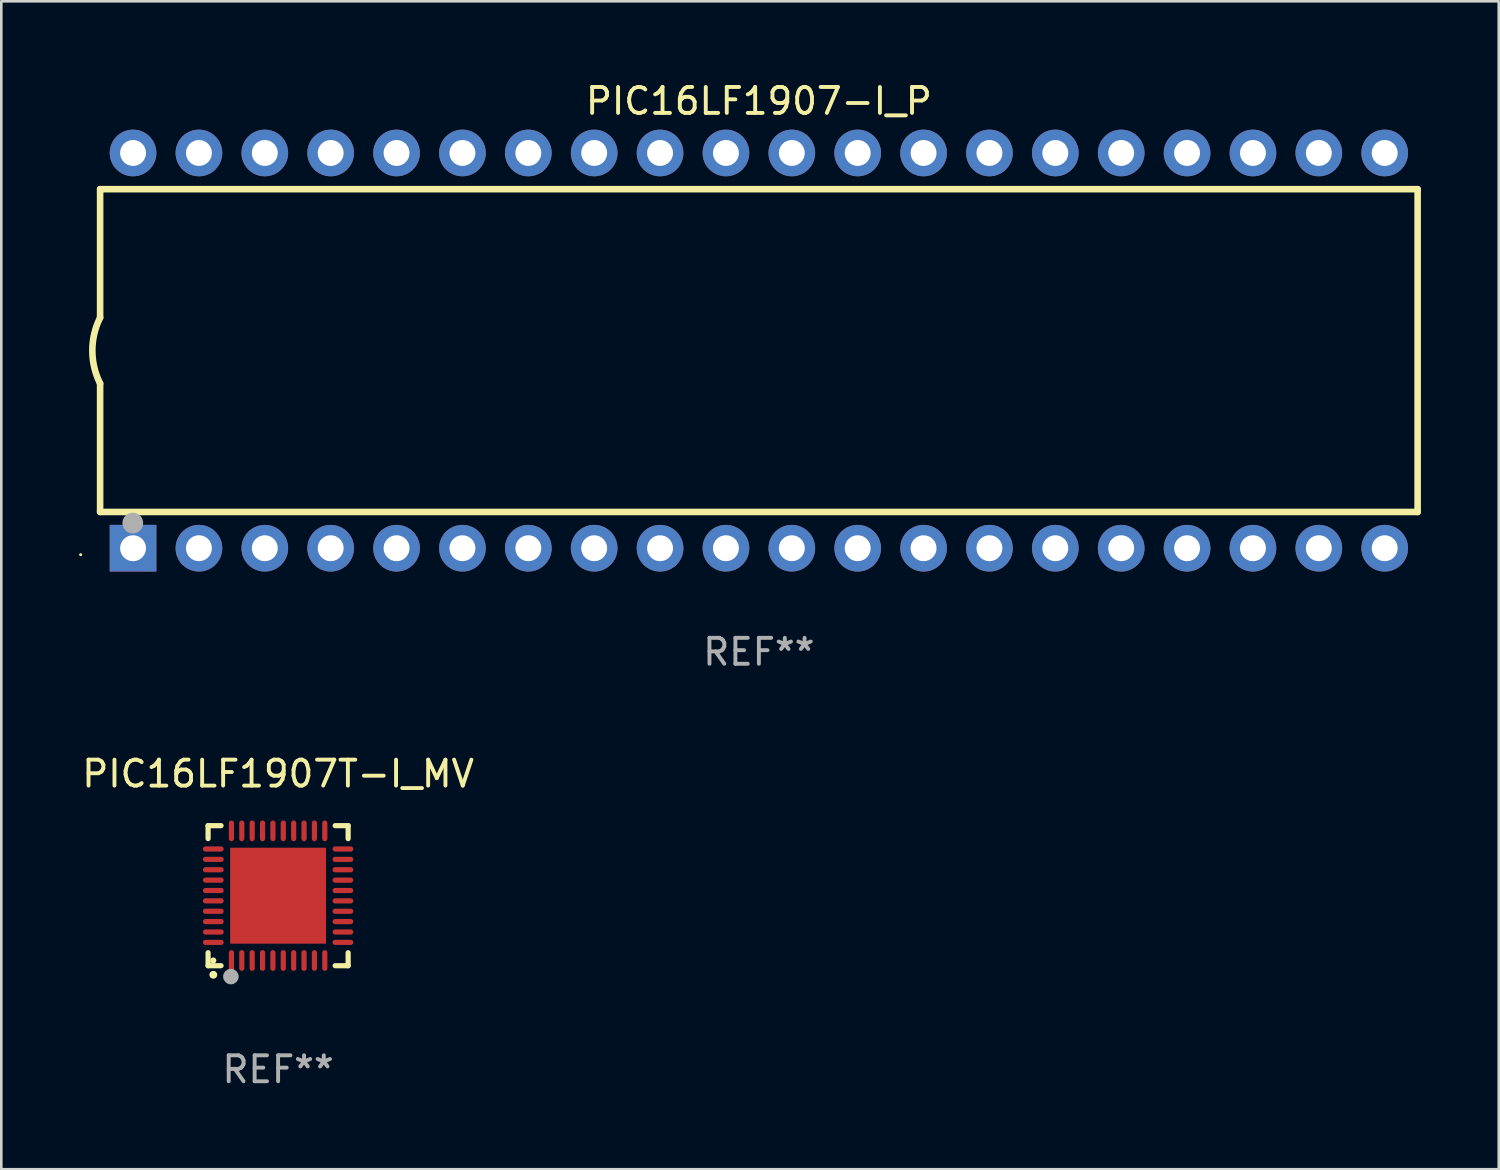
<source format=kicad_pcb>
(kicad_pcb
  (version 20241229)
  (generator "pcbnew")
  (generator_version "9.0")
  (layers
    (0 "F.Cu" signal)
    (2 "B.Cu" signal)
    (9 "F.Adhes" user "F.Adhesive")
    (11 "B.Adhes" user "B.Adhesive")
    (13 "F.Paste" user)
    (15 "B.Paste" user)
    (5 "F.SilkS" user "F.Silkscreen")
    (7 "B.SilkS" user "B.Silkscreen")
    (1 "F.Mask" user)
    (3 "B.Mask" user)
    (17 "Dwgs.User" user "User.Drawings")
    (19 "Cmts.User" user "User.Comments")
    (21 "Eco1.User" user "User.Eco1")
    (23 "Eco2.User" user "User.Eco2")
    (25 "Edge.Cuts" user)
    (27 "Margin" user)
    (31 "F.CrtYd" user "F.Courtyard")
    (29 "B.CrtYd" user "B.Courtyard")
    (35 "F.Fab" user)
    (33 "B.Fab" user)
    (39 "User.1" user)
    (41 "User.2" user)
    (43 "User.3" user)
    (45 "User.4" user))
  (footprint "PIC16LF1907T-I_MV"
    (layer "F.Cu")
    (at 7.673 31.485)
    (property "Reference" "PIC16LF1907T-I_MV" (at 0 -4.7 0) (layer "F.SilkS") (effects (font (size 1 1) (thickness 0.15))))
    (attr through_hole)
    (fp_line (start -2.7 -2.7) (end -2.7 -2.2) (stroke (width 0.2) (type solid)) (layer "F.SilkS"))
    (fp_line (start -2.7 2.7) (end -2.7 2.2) (stroke (width 0.2) (type solid)) (layer "F.SilkS"))
    (fp_line (start -2.2 -2.7) (end -2.7 -2.7) (stroke (width 0.2) (type solid)) (layer "F.SilkS"))
    (fp_line (start -2.2 2.7) (end -2.7 2.7) (stroke (width 0.2) (type solid)) (layer "F.SilkS"))
    (fp_line (start 2.7 -2.7) (end 2.2 -2.7) (stroke (width 0.2) (type solid)) (layer "F.SilkS"))
    (fp_line (start 2.7 -2.2) (end 2.7 -2.7) (stroke (width 0.2) (type solid)) (layer "F.SilkS"))
    (fp_line (start 2.7 2.2) (end 2.7 2.7) (stroke (width 0.2) (type solid)) (layer "F.SilkS"))
    (fp_line (start 2.7 2.7) (end 2.2 2.7) (stroke (width 0.2) (type solid)) (layer "F.SilkS"))
    (fp_arc (start -2.499365 3.050546) (mid -2.498095 3.050541) (end -2.496825 3.050546) (stroke (width 0.3) (type solid)) (layer "F.SilkS"))
    (fp_circle (center -2.5 2.5) (end -2.44 2.5) (stroke (width 0.12) (type solid)) (fill no) (layer "F.SilkS"))
    (fp_circle (center -1.82 3.12) (end -1.67 3.12) (stroke (width 0.3) (type solid)) (fill no) (layer "F.Fab"))
    (fp_text user "REF**" (at 0 6.7 0) (layer "F.Fab") (effects (font (size 1 1) (thickness 0.15))))
    (pad "1" smd oval (at -1.8 2.499) (size 0.2 0.8) (layers "F.Cu" "F.Mask" "F.Paste"))
    (pad "2" smd oval (at -1.4 2.499) (size 0.2 0.8) (layers "F.Cu" "F.Mask" "F.Paste"))
    (pad "3" smd oval (at -1 2.499) (size 0.2 0.8) (layers "F.Cu" "F.Mask" "F.Paste"))
    (pad "4" smd oval (at -0.6 2.499) (size 0.2 0.8) (layers "F.Cu" "F.Mask" "F.Paste"))
    (pad "5" smd oval (at -0.2 2.499) (size 0.2 0.8) (layers "F.Cu" "F.Mask" "F.Paste"))
    (pad "6" smd oval (at 0.2 2.499) (size 0.2 0.8) (layers "F.Cu" "F.Mask" "F.Paste"))
    (pad "7" smd oval (at 0.6 2.499) (size 0.2 0.8) (layers "F.Cu" "F.Mask" "F.Paste"))
    (pad "8" smd oval (at 1 2.499) (size 0.2 0.8) (layers "F.Cu" "F.Mask" "F.Paste"))
    (pad "9" smd oval (at 1.4 2.499) (size 0.2 0.8) (layers "F.Cu" "F.Mask" "F.Paste"))
    (pad "10" smd oval (at 1.8 2.499) (size 0.2 0.8) (layers "F.Cu" "F.Mask" "F.Paste"))
    (pad "11" smd oval (at 2.499 1.8) (size 0.8 0.2) (layers "F.Cu" "F.Mask" "F.Paste"))
    (pad "12" smd oval (at 2.499 1.4) (size 0.8 0.2) (layers "F.Cu" "F.Mask" "F.Paste"))
    (pad "13" smd oval (at 2.499 1) (size 0.8 0.2) (layers "F.Cu" "F.Mask" "F.Paste"))
    (pad "14" smd oval (at 2.499 0.6) (size 0.8 0.2) (layers "F.Cu" "F.Mask" "F.Paste"))
    (pad "15" smd oval (at 2.499 0.2) (size 0.8 0.2) (layers "F.Cu" "F.Mask" "F.Paste"))
    (pad "16" smd oval (at 2.499 -0.2) (size 0.8 0.2) (layers "F.Cu" "F.Mask" "F.Paste"))
    (pad "17" smd oval (at 2.499 -0.6) (size 0.8 0.2) (layers "F.Cu" "F.Mask" "F.Paste"))
    (pad "18" smd oval (at 2.499 -1) (size 0.8 0.2) (layers "F.Cu" "F.Mask" "F.Paste"))
    (pad "19" smd oval (at 2.499 -1.4) (size 0.8 0.2) (layers "F.Cu" "F.Mask" "F.Paste"))
    (pad "20" smd oval (at 2.499 -1.8) (size 0.8 0.2) (layers "F.Cu" "F.Mask" "F.Paste"))
    (pad "21" smd oval (at 1.8 -2.499) (size 0.2 0.8) (layers "F.Cu" "F.Mask" "F.Paste"))
    (pad "22" smd oval (at 1.4 -2.499) (size 0.2 0.8) (layers "F.Cu" "F.Mask" "F.Paste"))
    (pad "23" smd oval (at 1 -2.499) (size 0.2 0.8) (layers "F.Cu" "F.Mask" "F.Paste"))
    (pad "24" smd oval (at 0.6 -2.499) (size 0.2 0.8) (layers "F.Cu" "F.Mask" "F.Paste"))
    (pad "25" smd oval (at 0.2 -2.499) (size 0.2 0.8) (layers "F.Cu" "F.Mask" "F.Paste"))
    (pad "26" smd oval (at -0.2 -2.499) (size 0.2 0.8) (layers "F.Cu" "F.Mask" "F.Paste"))
    (pad "27" smd oval (at -0.6 -2.499) (size 0.2 0.8) (layers "F.Cu" "F.Mask" "F.Paste"))
    (pad "28" smd oval (at -1 -2.499) (size 0.2 0.8) (layers "F.Cu" "F.Mask" "F.Paste"))
    (pad "29" smd oval (at -1.4 -2.499) (size 0.2 0.8) (layers "F.Cu" "F.Mask" "F.Paste"))
    (pad "30" smd oval (at -1.8 -2.499) (size 0.2 0.8) (layers "F.Cu" "F.Mask" "F.Paste"))
    (pad "31" smd oval (at -2.499 -1.8) (size 0.8 0.2) (layers "F.Cu" "F.Mask" "F.Paste"))
    (pad "32" smd oval (at -2.499 -1.4) (size 0.8 0.2) (layers "F.Cu" "F.Mask" "F.Paste"))
    (pad "33" smd oval (at -2.499 -1) (size 0.8 0.2) (layers "F.Cu" "F.Mask" "F.Paste"))
    (pad "34" smd oval (at -2.499 -0.6) (size 0.8 0.2) (layers "F.Cu" "F.Mask" "F.Paste"))
    (pad "35" smd oval (at -2.499 -0.2) (size 0.8 0.2) (layers "F.Cu" "F.Mask" "F.Paste"))
    (pad "36" smd oval (at -2.499 0.2) (size 0.8 0.2) (layers "F.Cu" "F.Mask" "F.Paste"))
    (pad "37" smd oval (at -2.499 0.6) (size 0.8 0.2) (layers "F.Cu" "F.Mask" "F.Paste"))
    (pad "38" smd oval (at -2.499 1) (size 0.8 0.2) (layers "F.Cu" "F.Mask" "F.Paste"))
    (pad "39" smd oval (at -2.499 1.4) (size 0.8 0.2) (layers "F.Cu" "F.Mask" "F.Paste"))
    (pad "40" smd oval (at -2.499 1.8) (size 0.8 0.2) (layers "F.Cu" "F.Mask" "F.Paste"))
    (pad "41" smd rect (at 0 0) (size 3.7 3.7) (layers "F.Cu" "F.Mask" "F.Paste")))
  (footprint "PIC16LF1907-I_P"
    (layer "F.Cu")
    (at 26.21 10.468)
    (property "Reference" "PIC16LF1907-I_P" (at 0 -9.62 0) (layer "F.SilkS") (effects (font (size 1 1) (thickness 0.15))))
    (attr through_hole)
    (fp_line (start -25.4 -6.224) (end -25.4 -1.271) (stroke (width 0.254) (type solid)) (layer "F.SilkS"))
    (fp_line (start -25.4 -6.224) (end 25.4 -6.224) (stroke (width 0.254) (type solid)) (layer "F.SilkS"))
    (fp_line (start -25.4 1.269) (end -25.4 6.222) (stroke (width 0.254) (type solid)) (layer "F.SilkS"))
    (fp_line (start -25.4 6.222) (end 25.4 6.222) (stroke (width 0.254) (type solid)) (layer "F.SilkS"))
    (fp_line (start 25.4 6.222) (end 25.4 -6.224) (stroke (width 0.254) (type solid)) (layer "F.SilkS"))
    (fp_arc (start -25.4 1.269241) (mid -25.699807 -0.000762) (end -25.4 -1.270765) (stroke (width 0.254001) (type solid)) (layer "F.SilkS"))
    (fp_circle (center -26.15 7.87) (end -26.12 7.87) (stroke (width 0.06) (type solid)) (fill no) (layer "F.SilkS"))
    (fp_circle (center -24.14 6.65) (end -23.94 6.65) (stroke (width 0.4) (type solid)) (fill no) (layer "F.Fab"))
    (fp_text user "REF**" (at 0 11.62 0) (layer "F.Fab") (effects (font (size 1 1) (thickness 0.15))))
    (pad "1" thru_hole rect (at -24.13 7.62 90) (size 1.8 1.8) (drill 1) (layers "*.Cu" "*.Mask"))
    (pad "2" thru_hole circle (at -21.59 7.62) (size 1.8 1.8) (drill 1) (layers "*.Cu" "*.Mask"))
    (pad "3" thru_hole circle (at -19.05 7.62) (size 1.8 1.8) (drill 1) (layers "*.Cu" "*.Mask"))
    (pad "4" thru_hole circle (at -16.51 7.62) (size 1.8 1.8) (drill 1) (layers "*.Cu" "*.Mask"))
    (pad "5" thru_hole circle (at -13.97 7.62) (size 1.8 1.8) (drill 1) (layers "*.Cu" "*.Mask"))
    (pad "6" thru_hole circle (at -11.43 7.62) (size 1.8 1.8) (drill 1) (layers "*.Cu" "*.Mask"))
    (pad "7" thru_hole circle (at -8.89 7.62) (size 1.8 1.8) (drill 1) (layers "*.Cu" "*.Mask"))
    (pad "8" thru_hole circle (at -6.35 7.62) (size 1.8 1.8) (drill 1) (layers "*.Cu" "*.Mask"))
    (pad "9" thru_hole circle (at -3.81 7.62) (size 1.8 1.8) (drill 1) (layers "*.Cu" "*.Mask"))
    (pad "10" thru_hole circle (at -1.27 7.62) (size 1.8 1.8) (drill 1) (layers "*.Cu" "*.Mask"))
    (pad "11" thru_hole circle (at 1.27 7.62) (size 1.8 1.8) (drill 1) (layers "*.Cu" "*.Mask"))
    (pad "12" thru_hole circle (at 3.81 7.62) (size 1.8 1.8) (drill 1) (layers "*.Cu" "*.Mask"))
    (pad "13" thru_hole circle (at 6.35 7.62) (size 1.8 1.8) (drill 1) (layers "*.Cu" "*.Mask"))
    (pad "14" thru_hole circle (at 8.89 7.62) (size 1.8 1.8) (drill 1) (layers "*.Cu" "*.Mask"))
    (pad "15" thru_hole circle (at 11.43 7.62) (size 1.8 1.8) (drill 1) (layers "*.Cu" "*.Mask"))
    (pad "16" thru_hole circle (at 13.97 7.62) (size 1.8 1.8) (drill 1) (layers "*.Cu" "*.Mask"))
    (pad "17" thru_hole circle (at 16.51 7.62) (size 1.8 1.8) (drill 1) (layers "*.Cu" "*.Mask"))
    (pad "18" thru_hole circle (at 19.05 7.62) (size 1.8 1.8) (drill 1) (layers "*.Cu" "*.Mask"))
    (pad "19" thru_hole circle (at 21.59 7.62) (size 1.8 1.8) (drill 1) (layers "*.Cu" "*.Mask"))
    (pad "20" thru_hole circle (at 24.13 7.62) (size 1.8 1.8) (drill 1) (layers "*.Cu" "*.Mask"))
    (pad "21" thru_hole circle (at 24.13 -7.62) (size 1.8 1.8) (drill 1) (layers "*.Cu" "*.Mask"))
    (pad "22" thru_hole circle (at 21.59 -7.62) (size 1.8 1.8) (drill 1) (layers "*.Cu" "*.Mask"))
    (pad "23" thru_hole circle (at 19.05 -7.62) (size 1.8 1.8) (drill 1) (layers "*.Cu" "*.Mask"))
    (pad "24" thru_hole circle (at 16.51 -7.62) (size 1.8 1.8) (drill 1) (layers "*.Cu" "*.Mask"))
    (pad "25" thru_hole circle (at 13.97 -7.62) (size 1.8 1.8) (drill 1) (layers "*.Cu" "*.Mask"))
    (pad "26" thru_hole circle (at 11.43 -7.62) (size 1.8 1.8) (drill 1) (layers "*.Cu" "*.Mask"))
    (pad "27" thru_hole circle (at 8.89 -7.62) (size 1.8 1.8) (drill 1) (layers "*.Cu" "*.Mask"))
    (pad "28" thru_hole circle (at 6.35 -7.62) (size 1.8 1.8) (drill 1) (layers "*.Cu" "*.Mask"))
    (pad "29" thru_hole circle (at 3.81 -7.62) (size 1.8 1.8) (drill 1) (layers "*.Cu" "*.Mask"))
    (pad "30" thru_hole circle (at 1.27 -7.62) (size 1.8 1.8) (drill 1) (layers "*.Cu" "*.Mask"))
    (pad "31" thru_hole circle (at -1.27 -7.62) (size 1.8 1.8) (drill 1) (layers "*.Cu" "*.Mask"))
    (pad "32" thru_hole circle (at -3.81 -7.62) (size 1.8 1.8) (drill 1) (layers "*.Cu" "*.Mask"))
    (pad "33" thru_hole circle (at -6.35 -7.62) (size 1.8 1.8) (drill 1) (layers "*.Cu" "*.Mask"))
    (pad "34" thru_hole circle (at -8.89 -7.62) (size 1.8 1.8) (drill 1) (layers "*.Cu" "*.Mask"))
    (pad "35" thru_hole circle (at -11.43 -7.62) (size 1.8 1.8) (drill 1) (layers "*.Cu" "*.Mask"))
    (pad "36" thru_hole circle (at -13.97 -7.62) (size 1.8 1.8) (drill 1) (layers "*.Cu" "*.Mask"))
    (pad "37" thru_hole circle (at -16.51 -7.62) (size 1.8 1.8) (drill 1) (layers "*.Cu" "*.Mask"))
    (pad "38" thru_hole circle (at -19.05 -7.62) (size 1.8 1.8) (drill 1) (layers "*.Cu" "*.Mask"))
    (pad "39" thru_hole circle (at -21.59 -7.62) (size 1.8 1.8) (drill 1) (layers "*.Cu" "*.Mask"))
    (pad "40" thru_hole circle (at -24.13 -7.62) (size 1.8 1.8) (drill 1) (layers "*.Cu" "*.Mask")))
  (gr_rect
    (start -3 -3)
    (end 54.737 42.033)
    (stroke (width 0.1) (type default))
    (fill no)
    (layer "Edge.Cuts")))
</source>
